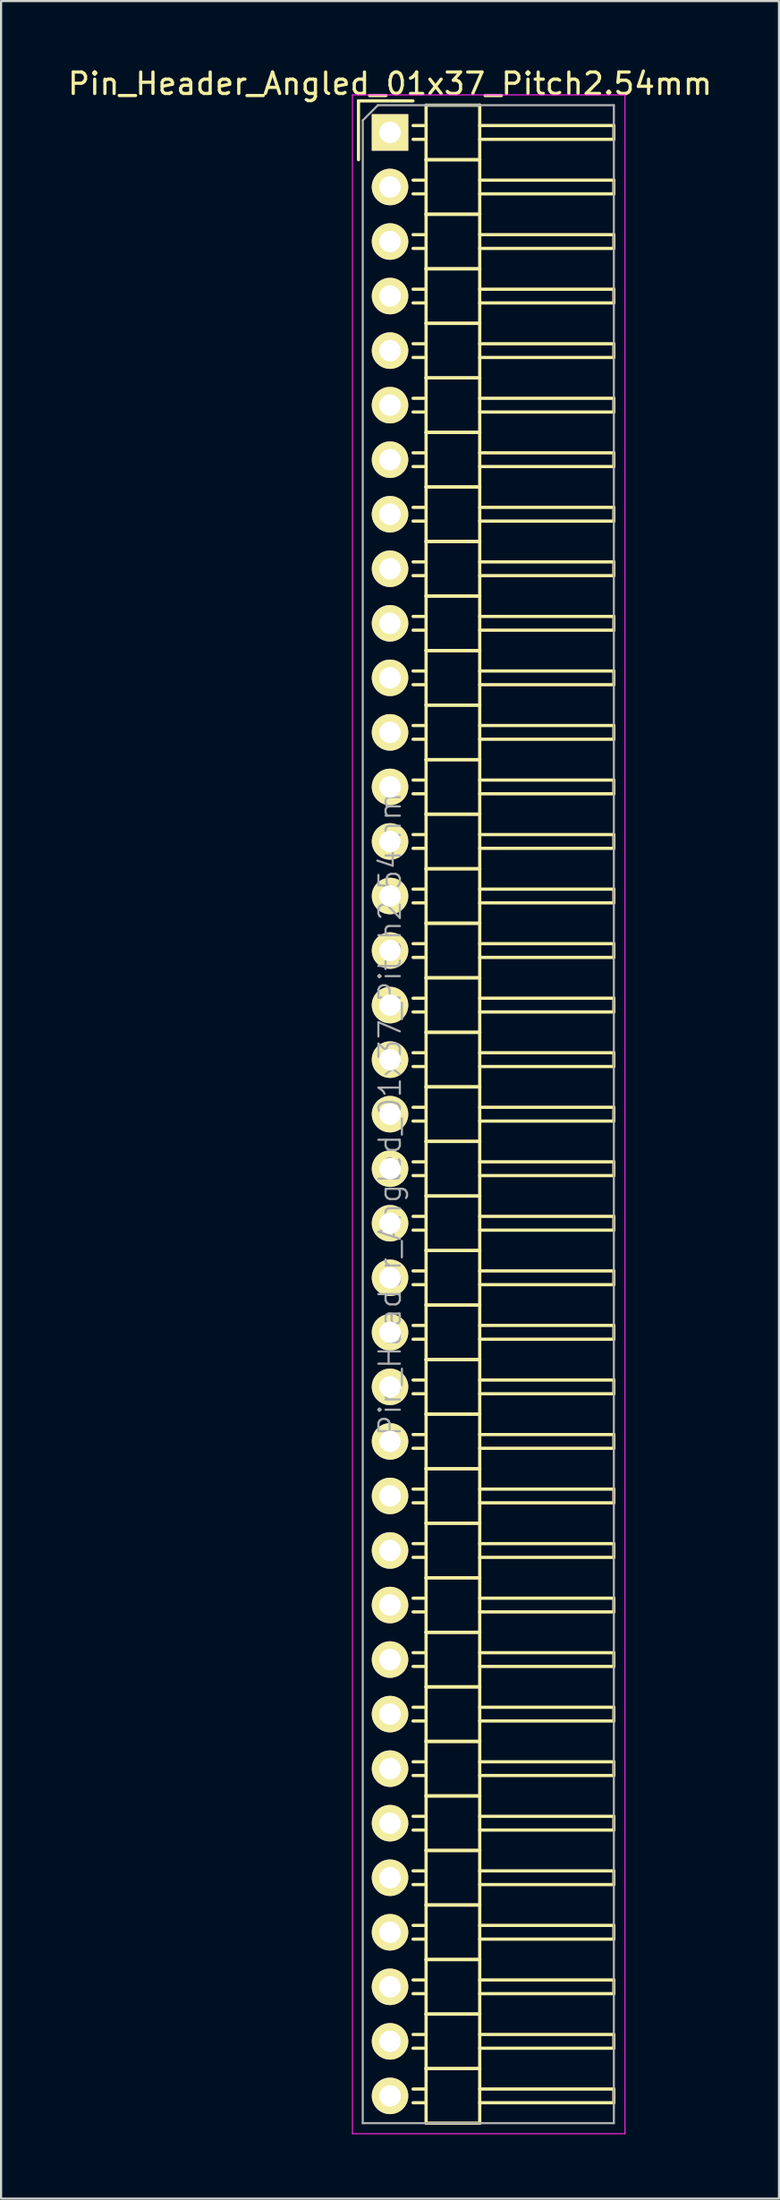
<source format=kicad_pcb>
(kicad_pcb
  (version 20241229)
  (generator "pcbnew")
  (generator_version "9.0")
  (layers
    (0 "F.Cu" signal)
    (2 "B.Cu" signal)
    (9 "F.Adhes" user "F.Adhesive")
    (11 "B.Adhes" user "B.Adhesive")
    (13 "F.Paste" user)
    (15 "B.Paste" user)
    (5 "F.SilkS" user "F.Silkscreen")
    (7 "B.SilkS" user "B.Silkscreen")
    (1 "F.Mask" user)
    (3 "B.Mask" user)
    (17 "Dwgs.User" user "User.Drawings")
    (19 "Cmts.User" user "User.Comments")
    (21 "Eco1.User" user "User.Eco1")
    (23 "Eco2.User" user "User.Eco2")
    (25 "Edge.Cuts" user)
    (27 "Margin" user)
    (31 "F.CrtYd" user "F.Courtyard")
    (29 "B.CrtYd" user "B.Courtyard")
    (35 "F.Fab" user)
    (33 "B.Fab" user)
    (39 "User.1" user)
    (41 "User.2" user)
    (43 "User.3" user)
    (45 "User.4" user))
  (footprint "Pin_Header_Angled_01x37_Pitch2.54mm"
    (layer "F.Cu")
    (at 15.125 3.118)
    (property "Reference" "Pin_Header_Angled_01x37_Pitch2.54mm" (at 0 -2.27 0) (layer "F.SilkS") (effects (font (size 1 1) (thickness 0.15))))
    (attr smd)
    (fp_line (start -1.47 -1.47) (end -1.47 1.27) (stroke (width 0.15) (type solid)) (layer "F.SilkS"))
    (fp_line (start -1.47 -1.47) (end 1.07 -1.47) (stroke (width 0.15) (type solid)) (layer "F.SilkS"))
    (fp_line (start 1.68 -0.32) (end 1.075 -0.32) (stroke (width 0.15) (type solid)) (layer "F.SilkS"))
    (fp_line (start 1.68 0.32) (end 1.075 0.32) (stroke (width 0.15) (type solid)) (layer "F.SilkS"))
    (fp_line (start 1.68 1.27) (end 1.68 -1.27) (stroke (width 0.15) (type solid)) (layer "F.SilkS"))
    (fp_line (start 1.68 2.22) (end 1.075 2.22) (stroke (width 0.15) (type solid)) (layer "F.SilkS"))
    (fp_line (start 1.68 2.86) (end 1.075 2.86) (stroke (width 0.15) (type solid)) (layer "F.SilkS"))
    (fp_line (start 1.68 3.81) (end 1.68 1.27) (stroke (width 0.15) (type solid)) (layer "F.SilkS"))
    (fp_line (start 1.68 4.76) (end 1.075 4.76) (stroke (width 0.15) (type solid)) (layer "F.SilkS"))
    (fp_line (start 1.68 5.4) (end 1.075 5.4) (stroke (width 0.15) (type solid)) (layer "F.SilkS"))
    (fp_line (start 1.68 6.35) (end 1.68 3.81) (stroke (width 0.15) (type solid)) (layer "F.SilkS"))
    (fp_line (start 1.68 7.3) (end 1.075 7.3) (stroke (width 0.15) (type solid)) (layer "F.SilkS"))
    (fp_line (start 1.68 7.94) (end 1.075 7.94) (stroke (width 0.15) (type solid)) (layer "F.SilkS"))
    (fp_line (start 1.68 8.89) (end 1.68 6.35) (stroke (width 0.15) (type solid)) (layer "F.SilkS"))
    (fp_line (start 1.68 9.84) (end 1.075 9.84) (stroke (width 0.15) (type solid)) (layer "F.SilkS"))
    (fp_line (start 1.68 10.48) (end 1.075 10.48) (stroke (width 0.15) (type solid)) (layer "F.SilkS"))
    (fp_line (start 1.68 11.43) (end 1.68 8.89) (stroke (width 0.15) (type solid)) (layer "F.SilkS"))
    (fp_line (start 1.68 12.38) (end 1.075 12.38) (stroke (width 0.15) (type solid)) (layer "F.SilkS"))
    (fp_line (start 1.68 13.02) (end 1.075 13.02) (stroke (width 0.15) (type solid)) (layer "F.SilkS"))
    (fp_line (start 1.68 13.97) (end 1.68 11.43) (stroke (width 0.15) (type solid)) (layer "F.SilkS"))
    (fp_line (start 1.68 14.92) (end 1.075 14.92) (stroke (width 0.15) (type solid)) (layer "F.SilkS"))
    (fp_line (start 1.68 15.56) (end 1.075 15.56) (stroke (width 0.15) (type solid)) (layer "F.SilkS"))
    (fp_line (start 1.68 16.51) (end 1.68 13.97) (stroke (width 0.15) (type solid)) (layer "F.SilkS"))
    (fp_line (start 1.68 17.46) (end 1.075 17.46) (stroke (width 0.15) (type solid)) (layer "F.SilkS"))
    (fp_line (start 1.68 18.1) (end 1.075 18.1) (stroke (width 0.15) (type solid)) (layer "F.SilkS"))
    (fp_line (start 1.68 19.05) (end 1.68 16.51) (stroke (width 0.15) (type solid)) (layer "F.SilkS"))
    (fp_line (start 1.68 20) (end 1.075 20) (stroke (width 0.15) (type solid)) (layer "F.SilkS"))
    (fp_line (start 1.68 20.64) (end 1.075 20.64) (stroke (width 0.15) (type solid)) (layer "F.SilkS"))
    (fp_line (start 1.68 21.59) (end 1.68 19.05) (stroke (width 0.15) (type solid)) (layer "F.SilkS"))
    (fp_line (start 1.68 22.54) (end 1.075 22.54) (stroke (width 0.15) (type solid)) (layer "F.SilkS"))
    (fp_line (start 1.68 23.18) (end 1.075 23.18) (stroke (width 0.15) (type solid)) (layer "F.SilkS"))
    (fp_line (start 1.68 24.13) (end 1.68 21.59) (stroke (width 0.15) (type solid)) (layer "F.SilkS"))
    (fp_line (start 1.68 25.08) (end 1.075 25.08) (stroke (width 0.15) (type solid)) (layer "F.SilkS"))
    (fp_line (start 1.68 25.72) (end 1.075 25.72) (stroke (width 0.15) (type solid)) (layer "F.SilkS"))
    (fp_line (start 1.68 26.67) (end 1.68 24.13) (stroke (width 0.15) (type solid)) (layer "F.SilkS"))
    (fp_line (start 1.68 27.62) (end 1.075 27.62) (stroke (width 0.15) (type solid)) (layer "F.SilkS"))
    (fp_line (start 1.68 28.26) (end 1.075 28.26) (stroke (width 0.15) (type solid)) (layer "F.SilkS"))
    (fp_line (start 1.68 29.21) (end 1.68 26.67) (stroke (width 0.15) (type solid)) (layer "F.SilkS"))
    (fp_line (start 1.68 30.16) (end 1.075 30.16) (stroke (width 0.15) (type solid)) (layer "F.SilkS"))
    (fp_line (start 1.68 30.8) (end 1.075 30.8) (stroke (width 0.15) (type solid)) (layer "F.SilkS"))
    (fp_line (start 1.68 31.75) (end 1.68 29.21) (stroke (width 0.15) (type solid)) (layer "F.SilkS"))
    (fp_line (start 1.68 32.7) (end 1.075 32.7) (stroke (width 0.15) (type solid)) (layer "F.SilkS"))
    (fp_line (start 1.68 33.34) (end 1.075 33.34) (stroke (width 0.15) (type solid)) (layer "F.SilkS"))
    (fp_line (start 1.68 34.29) (end 1.68 31.75) (stroke (width 0.15) (type solid)) (layer "F.SilkS"))
    (fp_line (start 1.68 35.24) (end 1.075 35.24) (stroke (width 0.15) (type solid)) (layer "F.SilkS"))
    (fp_line (start 1.68 35.88) (end 1.075 35.88) (stroke (width 0.15) (type solid)) (layer "F.SilkS"))
    (fp_line (start 1.68 36.83) (end 1.68 34.29) (stroke (width 0.15) (type solid)) (layer "F.SilkS"))
    (fp_line (start 1.68 37.78) (end 1.075 37.78) (stroke (width 0.15) (type solid)) (layer "F.SilkS"))
    (fp_line (start 1.68 38.42) (end 1.075 38.42) (stroke (width 0.15) (type solid)) (layer "F.SilkS"))
    (fp_line (start 1.68 39.37) (end 1.68 36.83) (stroke (width 0.15) (type solid)) (layer "F.SilkS"))
    (fp_line (start 1.68 40.32) (end 1.075 40.32) (stroke (width 0.15) (type solid)) (layer "F.SilkS"))
    (fp_line (start 1.68 40.96) (end 1.075 40.96) (stroke (width 0.15) (type solid)) (layer "F.SilkS"))
    (fp_line (start 1.68 41.91) (end 1.68 39.37) (stroke (width 0.15) (type solid)) (layer "F.SilkS"))
    (fp_line (start 1.68 42.86) (end 1.075 42.86) (stroke (width 0.15) (type solid)) (layer "F.SilkS"))
    (fp_line (start 1.68 43.5) (end 1.075 43.5) (stroke (width 0.15) (type solid)) (layer "F.SilkS"))
    (fp_line (start 1.68 44.45) (end 1.68 41.91) (stroke (width 0.15) (type solid)) (layer "F.SilkS"))
    (fp_line (start 1.68 45.4) (end 1.075 45.4) (stroke (width 0.15) (type solid)) (layer "F.SilkS"))
    (fp_line (start 1.68 46.04) (end 1.075 46.04) (stroke (width 0.15) (type solid)) (layer "F.SilkS"))
    (fp_line (start 1.68 46.99) (end 1.68 44.45) (stroke (width 0.15) (type solid)) (layer "F.SilkS"))
    (fp_line (start 1.68 47.94) (end 1.075 47.94) (stroke (width 0.15) (type solid)) (layer "F.SilkS"))
    (fp_line (start 1.68 48.58) (end 1.075 48.58) (stroke (width 0.15) (type solid)) (layer "F.SilkS"))
    (fp_line (start 1.68 49.53) (end 1.68 46.99) (stroke (width 0.15) (type solid)) (layer "F.SilkS"))
    (fp_line (start 1.68 50.48) (end 1.075 50.48) (stroke (width 0.15) (type solid)) (layer "F.SilkS"))
    (fp_line (start 1.68 51.12) (end 1.075 51.12) (stroke (width 0.15) (type solid)) (layer "F.SilkS"))
    (fp_line (start 1.68 52.07) (end 1.68 49.53) (stroke (width 0.15) (type solid)) (layer "F.SilkS"))
    (fp_line (start 1.68 53.02) (end 1.075 53.02) (stroke (width 0.15) (type solid)) (layer "F.SilkS"))
    (fp_line (start 1.68 53.66) (end 1.075 53.66) (stroke (width 0.15) (type solid)) (layer "F.SilkS"))
    (fp_line (start 1.68 54.61) (end 1.68 52.07) (stroke (width 0.15) (type solid)) (layer "F.SilkS"))
    (fp_line (start 1.68 55.56) (end 1.075 55.56) (stroke (width 0.15) (type solid)) (layer "F.SilkS"))
    (fp_line (start 1.68 56.2) (end 1.075 56.2) (stroke (width 0.15) (type solid)) (layer "F.SilkS"))
    (fp_line (start 1.68 57.15) (end 1.68 54.61) (stroke (width 0.15) (type solid)) (layer "F.SilkS"))
    (fp_line (start 1.68 58.1) (end 1.075 58.1) (stroke (width 0.15) (type solid)) (layer "F.SilkS"))
    (fp_line (start 1.68 58.74) (end 1.075 58.74) (stroke (width 0.15) (type solid)) (layer "F.SilkS"))
    (fp_line (start 1.68 59.69) (end 1.68 57.15) (stroke (width 0.15) (type solid)) (layer "F.SilkS"))
    (fp_line (start 1.68 60.64) (end 1.075 60.64) (stroke (width 0.15) (type solid)) (layer "F.SilkS"))
    (fp_line (start 1.68 61.28) (end 1.075 61.28) (stroke (width 0.15) (type solid)) (layer "F.SilkS"))
    (fp_line (start 1.68 62.23) (end 1.68 59.69) (stroke (width 0.15) (type solid)) (layer "F.SilkS"))
    (fp_line (start 1.68 63.18) (end 1.075 63.18) (stroke (width 0.15) (type solid)) (layer "F.SilkS"))
    (fp_line (start 1.68 63.82) (end 1.075 63.82) (stroke (width 0.15) (type solid)) (layer "F.SilkS"))
    (fp_line (start 1.68 64.77) (end 1.68 62.23) (stroke (width 0.15) (type solid)) (layer "F.SilkS"))
    (fp_line (start 1.68 65.72) (end 1.075 65.72) (stroke (width 0.15) (type solid)) (layer "F.SilkS"))
    (fp_line (start 1.68 66.36) (end 1.075 66.36) (stroke (width 0.15) (type solid)) (layer "F.SilkS"))
    (fp_line (start 1.68 67.31) (end 1.68 64.77) (stroke (width 0.15) (type solid)) (layer "F.SilkS"))
    (fp_line (start 1.68 68.26) (end 1.075 68.26) (stroke (width 0.15) (type solid)) (layer "F.SilkS"))
    (fp_line (start 1.68 68.9) (end 1.075 68.9) (stroke (width 0.15) (type solid)) (layer "F.SilkS"))
    (fp_line (start 1.68 69.85) (end 1.68 67.31) (stroke (width 0.15) (type solid)) (layer "F.SilkS"))
    (fp_line (start 1.68 70.8) (end 1.075 70.8) (stroke (width 0.15) (type solid)) (layer "F.SilkS"))
    (fp_line (start 1.68 71.44) (end 1.075 71.44) (stroke (width 0.15) (type solid)) (layer "F.SilkS"))
    (fp_line (start 1.68 72.39) (end 1.68 69.85) (stroke (width 0.15) (type solid)) (layer "F.SilkS"))
    (fp_line (start 1.68 73.34) (end 1.075 73.34) (stroke (width 0.15) (type solid)) (layer "F.SilkS"))
    (fp_line (start 1.68 73.98) (end 1.075 73.98) (stroke (width 0.15) (type solid)) (layer "F.SilkS"))
    (fp_line (start 1.68 74.93) (end 1.68 72.39) (stroke (width 0.15) (type solid)) (layer "F.SilkS"))
    (fp_line (start 1.68 75.88) (end 1.075 75.88) (stroke (width 0.15) (type solid)) (layer "F.SilkS"))
    (fp_line (start 1.68 76.52) (end 1.075 76.52) (stroke (width 0.15) (type solid)) (layer "F.SilkS"))
    (fp_line (start 1.68 77.47) (end 1.68 74.93) (stroke (width 0.15) (type solid)) (layer "F.SilkS"))
    (fp_line (start 1.68 78.42) (end 1.075 78.42) (stroke (width 0.15) (type solid)) (layer "F.SilkS"))
    (fp_line (start 1.68 79.06) (end 1.075 79.06) (stroke (width 0.15) (type solid)) (layer "F.SilkS"))
    (fp_line (start 1.68 80.01) (end 1.68 77.47) (stroke (width 0.15) (type solid)) (layer "F.SilkS"))
    (fp_line (start 1.68 80.96) (end 1.075 80.96) (stroke (width 0.15) (type solid)) (layer "F.SilkS"))
    (fp_line (start 1.68 81.6) (end 1.075 81.6) (stroke (width 0.15) (type solid)) (layer "F.SilkS"))
    (fp_line (start 1.68 82.55) (end 1.68 80.01) (stroke (width 0.15) (type solid)) (layer "F.SilkS"))
    (fp_line (start 1.68 83.5) (end 1.075 83.5) (stroke (width 0.15) (type solid)) (layer "F.SilkS"))
    (fp_line (start 1.68 84.14) (end 1.075 84.14) (stroke (width 0.15) (type solid)) (layer "F.SilkS"))
    (fp_line (start 1.68 85.09) (end 1.68 82.55) (stroke (width 0.15) (type solid)) (layer "F.SilkS"))
    (fp_line (start 1.68 86.04) (end 1.075 86.04) (stroke (width 0.15) (type solid)) (layer "F.SilkS"))
    (fp_line (start 1.68 86.68) (end 1.075 86.68) (stroke (width 0.15) (type solid)) (layer "F.SilkS"))
    (fp_line (start 1.68 87.63) (end 1.68 85.09) (stroke (width 0.15) (type solid)) (layer "F.SilkS"))
    (fp_line (start 1.68 88.58) (end 1.075 88.58) (stroke (width 0.15) (type solid)) (layer "F.SilkS"))
    (fp_line (start 1.68 89.22) (end 1.075 89.22) (stroke (width 0.15) (type solid)) (layer "F.SilkS"))
    (fp_line (start 1.68 90.17) (end 1.68 87.63) (stroke (width 0.15) (type solid)) (layer "F.SilkS"))
    (fp_line (start 1.68 91.12) (end 1.075 91.12) (stroke (width 0.15) (type solid)) (layer "F.SilkS"))
    (fp_line (start 1.68 91.76) (end 1.075 91.76) (stroke (width 0.15) (type solid)) (layer "F.SilkS"))
    (fp_line (start 1.68 92.71) (end 1.68 90.17) (stroke (width 0.15) (type solid)) (layer "F.SilkS"))
    (fp_line (start 4.18 -1.27) (end 1.68 -1.27) (stroke (width 0.15) (type solid)) (layer "F.SilkS"))
    (fp_line (start 4.18 -0.32) (end 10.43 -0.32) (stroke (width 0.15) (type solid)) (layer "F.SilkS"))
    (fp_line (start 4.18 0.32) (end 10.43 0.32) (stroke (width 0.15) (type solid)) (layer "F.SilkS"))
    (fp_line (start 4.18 1.27) (end 1.68 1.27) (stroke (width 0.15) (type solid)) (layer "F.SilkS"))
    (fp_line (start 4.18 1.27) (end 1.68 1.27) (stroke (width 0.15) (type solid)) (layer "F.SilkS"))
    (fp_line (start 4.18 1.27) (end 4.18 -1.27) (stroke (width 0.15) (type solid)) (layer "F.SilkS"))
    (fp_line (start 4.18 2.22) (end 10.43 2.22) (stroke (width 0.15) (type solid)) (layer "F.SilkS"))
    (fp_line (start 4.18 2.86) (end 10.43 2.86) (stroke (width 0.15) (type solid)) (layer "F.SilkS"))
    (fp_line (start 4.18 3.81) (end 1.68 3.81) (stroke (width 0.15) (type solid)) (layer "F.SilkS"))
    (fp_line (start 4.18 3.81) (end 1.68 3.81) (stroke (width 0.15) (type solid)) (layer "F.SilkS"))
    (fp_line (start 4.18 3.81) (end 4.18 1.27) (stroke (width 0.15) (type solid)) (layer "F.SilkS"))
    (fp_line (start 4.18 4.76) (end 10.43 4.76) (stroke (width 0.15) (type solid)) (layer "F.SilkS"))
    (fp_line (start 4.18 5.4) (end 10.43 5.4) (stroke (width 0.15) (type solid)) (layer "F.SilkS"))
    (fp_line (start 4.18 6.35) (end 1.68 6.35) (stroke (width 0.15) (type solid)) (layer "F.SilkS"))
    (fp_line (start 4.18 6.35) (end 1.68 6.35) (stroke (width 0.15) (type solid)) (layer "F.SilkS"))
    (fp_line (start 4.18 6.35) (end 4.18 3.81) (stroke (width 0.15) (type solid)) (layer "F.SilkS"))
    (fp_line (start 4.18 7.3) (end 10.43 7.3) (stroke (width 0.15) (type solid)) (layer "F.SilkS"))
    (fp_line (start 4.18 7.94) (end 10.43 7.94) (stroke (width 0.15) (type solid)) (layer "F.SilkS"))
    (fp_line (start 4.18 8.89) (end 1.68 8.89) (stroke (width 0.15) (type solid)) (layer "F.SilkS"))
    (fp_line (start 4.18 8.89) (end 1.68 8.89) (stroke (width 0.15) (type solid)) (layer "F.SilkS"))
    (fp_line (start 4.18 8.89) (end 4.18 6.35) (stroke (width 0.15) (type solid)) (layer "F.SilkS"))
    (fp_line (start 4.18 9.84) (end 10.43 9.84) (stroke (width 0.15) (type solid)) (layer "F.SilkS"))
    (fp_line (start 4.18 10.48) (end 10.43 10.48) (stroke (width 0.15) (type solid)) (layer "F.SilkS"))
    (fp_line (start 4.18 11.43) (end 1.68 11.43) (stroke (width 0.15) (type solid)) (layer "F.SilkS"))
    (fp_line (start 4.18 11.43) (end 1.68 11.43) (stroke (width 0.15) (type solid)) (layer "F.SilkS"))
    (fp_line (start 4.18 11.43) (end 4.18 8.89) (stroke (width 0.15) (type solid)) (layer "F.SilkS"))
    (fp_line (start 4.18 12.38) (end 10.43 12.38) (stroke (width 0.15) (type solid)) (layer "F.SilkS"))
    (fp_line (start 4.18 13.02) (end 10.43 13.02) (stroke (width 0.15) (type solid)) (layer "F.SilkS"))
    (fp_line (start 4.18 13.97) (end 1.68 13.97) (stroke (width 0.15) (type solid)) (layer "F.SilkS"))
    (fp_line (start 4.18 13.97) (end 1.68 13.97) (stroke (width 0.15) (type solid)) (layer "F.SilkS"))
    (fp_line (start 4.18 13.97) (end 4.18 11.43) (stroke (width 0.15) (type solid)) (layer "F.SilkS"))
    (fp_line (start 4.18 14.92) (end 10.43 14.92) (stroke (width 0.15) (type solid)) (layer "F.SilkS"))
    (fp_line (start 4.18 15.56) (end 10.43 15.56) (stroke (width 0.15) (type solid)) (layer "F.SilkS"))
    (fp_line (start 4.18 16.51) (end 1.68 16.51) (stroke (width 0.15) (type solid)) (layer "F.SilkS"))
    (fp_line (start 4.18 16.51) (end 1.68 16.51) (stroke (width 0.15) (type solid)) (layer "F.SilkS"))
    (fp_line (start 4.18 16.51) (end 4.18 13.97) (stroke (width 0.15) (type solid)) (layer "F.SilkS"))
    (fp_line (start 4.18 17.46) (end 10.43 17.46) (stroke (width 0.15) (type solid)) (layer "F.SilkS"))
    (fp_line (start 4.18 18.1) (end 10.43 18.1) (stroke (width 0.15) (type solid)) (layer "F.SilkS"))
    (fp_line (start 4.18 19.05) (end 1.68 19.05) (stroke (width 0.15) (type solid)) (layer "F.SilkS"))
    (fp_line (start 4.18 19.05) (end 1.68 19.05) (stroke (width 0.15) (type solid)) (layer "F.SilkS"))
    (fp_line (start 4.18 19.05) (end 4.18 16.51) (stroke (width 0.15) (type solid)) (layer "F.SilkS"))
    (fp_line (start 4.18 20) (end 10.43 20) (stroke (width 0.15) (type solid)) (layer "F.SilkS"))
    (fp_line (start 4.18 20.64) (end 10.43 20.64) (stroke (width 0.15) (type solid)) (layer "F.SilkS"))
    (fp_line (start 4.18 21.59) (end 1.68 21.59) (stroke (width 0.15) (type solid)) (layer "F.SilkS"))
    (fp_line (start 4.18 21.59) (end 1.68 21.59) (stroke (width 0.15) (type solid)) (layer "F.SilkS"))
    (fp_line (start 4.18 21.59) (end 4.18 19.05) (stroke (width 0.15) (type solid)) (layer "F.SilkS"))
    (fp_line (start 4.18 22.54) (end 10.43 22.54) (stroke (width 0.15) (type solid)) (layer "F.SilkS"))
    (fp_line (start 4.18 23.18) (end 10.43 23.18) (stroke (width 0.15) (type solid)) (layer "F.SilkS"))
    (fp_line (start 4.18 24.13) (end 1.68 24.13) (stroke (width 0.15) (type solid)) (layer "F.SilkS"))
    (fp_line (start 4.18 24.13) (end 1.68 24.13) (stroke (width 0.15) (type solid)) (layer "F.SilkS"))
    (fp_line (start 4.18 24.13) (end 4.18 21.59) (stroke (width 0.15) (type solid)) (layer "F.SilkS"))
    (fp_line (start 4.18 25.08) (end 10.43 25.08) (stroke (width 0.15) (type solid)) (layer "F.SilkS"))
    (fp_line (start 4.18 25.72) (end 10.43 25.72) (stroke (width 0.15) (type solid)) (layer "F.SilkS"))
    (fp_line (start 4.18 26.67) (end 1.68 26.67) (stroke (width 0.15) (type solid)) (layer "F.SilkS"))
    (fp_line (start 4.18 26.67) (end 1.68 26.67) (stroke (width 0.15) (type solid)) (layer "F.SilkS"))
    (fp_line (start 4.18 26.67) (end 4.18 24.13) (stroke (width 0.15) (type solid)) (layer "F.SilkS"))
    (fp_line (start 4.18 27.62) (end 10.43 27.62) (stroke (width 0.15) (type solid)) (layer "F.SilkS"))
    (fp_line (start 4.18 28.26) (end 10.43 28.26) (stroke (width 0.15) (type solid)) (layer "F.SilkS"))
    (fp_line (start 4.18 29.21) (end 1.68 29.21) (stroke (width 0.15) (type solid)) (layer "F.SilkS"))
    (fp_line (start 4.18 29.21) (end 1.68 29.21) (stroke (width 0.15) (type solid)) (layer "F.SilkS"))
    (fp_line (start 4.18 29.21) (end 4.18 26.67) (stroke (width 0.15) (type solid)) (layer "F.SilkS"))
    (fp_line (start 4.18 30.16) (end 10.43 30.16) (stroke (width 0.15) (type solid)) (layer "F.SilkS"))
    (fp_line (start 4.18 30.8) (end 10.43 30.8) (stroke (width 0.15) (type solid)) (layer "F.SilkS"))
    (fp_line (start 4.18 31.75) (end 1.68 31.75) (stroke (width 0.15) (type solid)) (layer "F.SilkS"))
    (fp_line (start 4.18 31.75) (end 1.68 31.75) (stroke (width 0.15) (type solid)) (layer "F.SilkS"))
    (fp_line (start 4.18 31.75) (end 4.18 29.21) (stroke (width 0.15) (type solid)) (layer "F.SilkS"))
    (fp_line (start 4.18 32.7) (end 10.43 32.7) (stroke (width 0.15) (type solid)) (layer "F.SilkS"))
    (fp_line (start 4.18 33.34) (end 10.43 33.34) (stroke (width 0.15) (type solid)) (layer "F.SilkS"))
    (fp_line (start 4.18 34.29) (end 1.68 34.29) (stroke (width 0.15) (type solid)) (layer "F.SilkS"))
    (fp_line (start 4.18 34.29) (end 1.68 34.29) (stroke (width 0.15) (type solid)) (layer "F.SilkS"))
    (fp_line (start 4.18 34.29) (end 4.18 31.75) (stroke (width 0.15) (type solid)) (layer "F.SilkS"))
    (fp_line (start 4.18 35.24) (end 10.43 35.24) (stroke (width 0.15) (type solid)) (layer "F.SilkS"))
    (fp_line (start 4.18 35.88) (end 10.43 35.88) (stroke (width 0.15) (type solid)) (layer "F.SilkS"))
    (fp_line (start 4.18 36.83) (end 1.68 36.83) (stroke (width 0.15) (type solid)) (layer "F.SilkS"))
    (fp_line (start 4.18 36.83) (end 1.68 36.83) (stroke (width 0.15) (type solid)) (layer "F.SilkS"))
    (fp_line (start 4.18 36.83) (end 4.18 34.29) (stroke (width 0.15) (type solid)) (layer "F.SilkS"))
    (fp_line (start 4.18 37.78) (end 10.43 37.78) (stroke (width 0.15) (type solid)) (layer "F.SilkS"))
    (fp_line (start 4.18 38.42) (end 10.43 38.42) (stroke (width 0.15) (type solid)) (layer "F.SilkS"))
    (fp_line (start 4.18 39.37) (end 1.68 39.37) (stroke (width 0.15) (type solid)) (layer "F.SilkS"))
    (fp_line (start 4.18 39.37) (end 1.68 39.37) (stroke (width 0.15) (type solid)) (layer "F.SilkS"))
    (fp_line (start 4.18 39.37) (end 4.18 36.83) (stroke (width 0.15) (type solid)) (layer "F.SilkS"))
    (fp_line (start 4.18 40.32) (end 10.43 40.32) (stroke (width 0.15) (type solid)) (layer "F.SilkS"))
    (fp_line (start 4.18 40.96) (end 10.43 40.96) (stroke (width 0.15) (type solid)) (layer "F.SilkS"))
    (fp_line (start 4.18 41.91) (end 1.68 41.91) (stroke (width 0.15) (type solid)) (layer "F.SilkS"))
    (fp_line (start 4.18 41.91) (end 1.68 41.91) (stroke (width 0.15) (type solid)) (layer "F.SilkS"))
    (fp_line (start 4.18 41.91) (end 4.18 39.37) (stroke (width 0.15) (type solid)) (layer "F.SilkS"))
    (fp_line (start 4.18 42.86) (end 10.43 42.86) (stroke (width 0.15) (type solid)) (layer "F.SilkS"))
    (fp_line (start 4.18 43.5) (end 10.43 43.5) (stroke (width 0.15) (type solid)) (layer "F.SilkS"))
    (fp_line (start 4.18 44.45) (end 1.68 44.45) (stroke (width 0.15) (type solid)) (layer "F.SilkS"))
    (fp_line (start 4.18 44.45) (end 1.68 44.45) (stroke (width 0.15) (type solid)) (layer "F.SilkS"))
    (fp_line (start 4.18 44.45) (end 4.18 41.91) (stroke (width 0.15) (type solid)) (layer "F.SilkS"))
    (fp_line (start 4.18 45.4) (end 10.43 45.4) (stroke (width 0.15) (type solid)) (layer "F.SilkS"))
    (fp_line (start 4.18 46.04) (end 10.43 46.04) (stroke (width 0.15) (type solid)) (layer "F.SilkS"))
    (fp_line (start 4.18 46.99) (end 1.68 46.99) (stroke (width 0.15) (type solid)) (layer "F.SilkS"))
    (fp_line (start 4.18 46.99) (end 1.68 46.99) (stroke (width 0.15) (type solid)) (layer "F.SilkS"))
    (fp_line (start 4.18 46.99) (end 4.18 44.45) (stroke (width 0.15) (type solid)) (layer "F.SilkS"))
    (fp_line (start 4.18 47.94) (end 10.43 47.94) (stroke (width 0.15) (type solid)) (layer "F.SilkS"))
    (fp_line (start 4.18 48.58) (end 10.43 48.58) (stroke (width 0.15) (type solid)) (layer "F.SilkS"))
    (fp_line (start 4.18 49.53) (end 1.68 49.53) (stroke (width 0.15) (type solid)) (layer "F.SilkS"))
    (fp_line (start 4.18 49.53) (end 1.68 49.53) (stroke (width 0.15) (type solid)) (layer "F.SilkS"))
    (fp_line (start 4.18 49.53) (end 4.18 46.99) (stroke (width 0.15) (type solid)) (layer "F.SilkS"))
    (fp_line (start 4.18 50.48) (end 10.43 50.48) (stroke (width 0.15) (type solid)) (layer "F.SilkS"))
    (fp_line (start 4.18 51.12) (end 10.43 51.12) (stroke (width 0.15) (type solid)) (layer "F.SilkS"))
    (fp_line (start 4.18 52.07) (end 1.68 52.07) (stroke (width 0.15) (type solid)) (layer "F.SilkS"))
    (fp_line (start 4.18 52.07) (end 1.68 52.07) (stroke (width 0.15) (type solid)) (layer "F.SilkS"))
    (fp_line (start 4.18 52.07) (end 4.18 49.53) (stroke (width 0.15) (type solid)) (layer "F.SilkS"))
    (fp_line (start 4.18 53.02) (end 10.43 53.02) (stroke (width 0.15) (type solid)) (layer "F.SilkS"))
    (fp_line (start 4.18 53.66) (end 10.43 53.66) (stroke (width 0.15) (type solid)) (layer "F.SilkS"))
    (fp_line (start 4.18 54.61) (end 1.68 54.61) (stroke (width 0.15) (type solid)) (layer "F.SilkS"))
    (fp_line (start 4.18 54.61) (end 1.68 54.61) (stroke (width 0.15) (type solid)) (layer "F.SilkS"))
    (fp_line (start 4.18 54.61) (end 4.18 52.07) (stroke (width 0.15) (type solid)) (layer "F.SilkS"))
    (fp_line (start 4.18 55.56) (end 10.43 55.56) (stroke (width 0.15) (type solid)) (layer "F.SilkS"))
    (fp_line (start 4.18 56.2) (end 10.43 56.2) (stroke (width 0.15) (type solid)) (layer "F.SilkS"))
    (fp_line (start 4.18 57.15) (end 1.68 57.15) (stroke (width 0.15) (type solid)) (layer "F.SilkS"))
    (fp_line (start 4.18 57.15) (end 1.68 57.15) (stroke (width 0.15) (type solid)) (layer "F.SilkS"))
    (fp_line (start 4.18 57.15) (end 4.18 54.61) (stroke (width 0.15) (type solid)) (layer "F.SilkS"))
    (fp_line (start 4.18 58.1) (end 10.43 58.1) (stroke (width 0.15) (type solid)) (layer "F.SilkS"))
    (fp_line (start 4.18 58.74) (end 10.43 58.74) (stroke (width 0.15) (type solid)) (layer "F.SilkS"))
    (fp_line (start 4.18 59.69) (end 1.68 59.69) (stroke (width 0.15) (type solid)) (layer "F.SilkS"))
    (fp_line (start 4.18 59.69) (end 1.68 59.69) (stroke (width 0.15) (type solid)) (layer "F.SilkS"))
    (fp_line (start 4.18 59.69) (end 4.18 57.15) (stroke (width 0.15) (type solid)) (layer "F.SilkS"))
    (fp_line (start 4.18 60.64) (end 10.43 60.64) (stroke (width 0.15) (type solid)) (layer "F.SilkS"))
    (fp_line (start 4.18 61.28) (end 10.43 61.28) (stroke (width 0.15) (type solid)) (layer "F.SilkS"))
    (fp_line (start 4.18 62.23) (end 1.68 62.23) (stroke (width 0.15) (type solid)) (layer "F.SilkS"))
    (fp_line (start 4.18 62.23) (end 1.68 62.23) (stroke (width 0.15) (type solid)) (layer "F.SilkS"))
    (fp_line (start 4.18 62.23) (end 4.18 59.69) (stroke (width 0.15) (type solid)) (layer "F.SilkS"))
    (fp_line (start 4.18 63.18) (end 10.43 63.18) (stroke (width 0.15) (type solid)) (layer "F.SilkS"))
    (fp_line (start 4.18 63.82) (end 10.43 63.82) (stroke (width 0.15) (type solid)) (layer "F.SilkS"))
    (fp_line (start 4.18 64.77) (end 1.68 64.77) (stroke (width 0.15) (type solid)) (layer "F.SilkS"))
    (fp_line (start 4.18 64.77) (end 1.68 64.77) (stroke (width 0.15) (type solid)) (layer "F.SilkS"))
    (fp_line (start 4.18 64.77) (end 4.18 62.23) (stroke (width 0.15) (type solid)) (layer "F.SilkS"))
    (fp_line (start 4.18 65.72) (end 10.43 65.72) (stroke (width 0.15) (type solid)) (layer "F.SilkS"))
    (fp_line (start 4.18 66.36) (end 10.43 66.36) (stroke (width 0.15) (type solid)) (layer "F.SilkS"))
    (fp_line (start 4.18 67.31) (end 1.68 67.31) (stroke (width 0.15) (type solid)) (layer "F.SilkS"))
    (fp_line (start 4.18 67.31) (end 1.68 67.31) (stroke (width 0.15) (type solid)) (layer "F.SilkS"))
    (fp_line (start 4.18 67.31) (end 4.18 64.77) (stroke (width 0.15) (type solid)) (layer "F.SilkS"))
    (fp_line (start 4.18 68.26) (end 10.43 68.26) (stroke (width 0.15) (type solid)) (layer "F.SilkS"))
    (fp_line (start 4.18 68.9) (end 10.43 68.9) (stroke (width 0.15) (type solid)) (layer "F.SilkS"))
    (fp_line (start 4.18 69.85) (end 1.68 69.85) (stroke (width 0.15) (type solid)) (layer "F.SilkS"))
    (fp_line (start 4.18 69.85) (end 1.68 69.85) (stroke (width 0.15) (type solid)) (layer "F.SilkS"))
    (fp_line (start 4.18 69.85) (end 4.18 67.31) (stroke (width 0.15) (type solid)) (layer "F.SilkS"))
    (fp_line (start 4.18 70.8) (end 10.43 70.8) (stroke (width 0.15) (type solid)) (layer "F.SilkS"))
    (fp_line (start 4.18 71.44) (end 10.43 71.44) (stroke (width 0.15) (type solid)) (layer "F.SilkS"))
    (fp_line (start 4.18 72.39) (end 1.68 72.39) (stroke (width 0.15) (type solid)) (layer "F.SilkS"))
    (fp_line (start 4.18 72.39) (end 1.68 72.39) (stroke (width 0.15) (type solid)) (layer "F.SilkS"))
    (fp_line (start 4.18 72.39) (end 4.18 69.85) (stroke (width 0.15) (type solid)) (layer "F.SilkS"))
    (fp_line (start 4.18 73.34) (end 10.43 73.34) (stroke (width 0.15) (type solid)) (layer "F.SilkS"))
    (fp_line (start 4.18 73.98) (end 10.43 73.98) (stroke (width 0.15) (type solid)) (layer "F.SilkS"))
    (fp_line (start 4.18 74.93) (end 1.68 74.93) (stroke (width 0.15) (type solid)) (layer "F.SilkS"))
    (fp_line (start 4.18 74.93) (end 1.68 74.93) (stroke (width 0.15) (type solid)) (layer "F.SilkS"))
    (fp_line (start 4.18 74.93) (end 4.18 72.39) (stroke (width 0.15) (type solid)) (layer "F.SilkS"))
    (fp_line (start 4.18 75.88) (end 10.43 75.88) (stroke (width 0.15) (type solid)) (layer "F.SilkS"))
    (fp_line (start 4.18 76.52) (end 10.43 76.52) (stroke (width 0.15) (type solid)) (layer "F.SilkS"))
    (fp_line (start 4.18 77.47) (end 1.68 77.47) (stroke (width 0.15) (type solid)) (layer "F.SilkS"))
    (fp_line (start 4.18 77.47) (end 1.68 77.47) (stroke (width 0.15) (type solid)) (layer "F.SilkS"))
    (fp_line (start 4.18 77.47) (end 4.18 74.93) (stroke (width 0.15) (type solid)) (layer "F.SilkS"))
    (fp_line (start 4.18 78.42) (end 10.43 78.42) (stroke (width 0.15) (type solid)) (layer "F.SilkS"))
    (fp_line (start 4.18 79.06) (end 10.43 79.06) (stroke (width 0.15) (type solid)) (layer "F.SilkS"))
    (fp_line (start 4.18 80.01) (end 1.68 80.01) (stroke (width 0.15) (type solid)) (layer "F.SilkS"))
    (fp_line (start 4.18 80.01) (end 1.68 80.01) (stroke (width 0.15) (type solid)) (layer "F.SilkS"))
    (fp_line (start 4.18 80.01) (end 4.18 77.47) (stroke (width 0.15) (type solid)) (layer "F.SilkS"))
    (fp_line (start 4.18 80.96) (end 10.43 80.96) (stroke (width 0.15) (type solid)) (layer "F.SilkS"))
    (fp_line (start 4.18 81.6) (end 10.43 81.6) (stroke (width 0.15) (type solid)) (layer "F.SilkS"))
    (fp_line (start 4.18 82.55) (end 1.68 82.55) (stroke (width 0.15) (type solid)) (layer "F.SilkS"))
    (fp_line (start 4.18 82.55) (end 1.68 82.55) (stroke (width 0.15) (type solid)) (layer "F.SilkS"))
    (fp_line (start 4.18 82.55) (end 4.18 80.01) (stroke (width 0.15) (type solid)) (layer "F.SilkS"))
    (fp_line (start 4.18 83.5) (end 10.43 83.5) (stroke (width 0.15) (type solid)) (layer "F.SilkS"))
    (fp_line (start 4.18 84.14) (end 10.43 84.14) (stroke (width 0.15) (type solid)) (layer "F.SilkS"))
    (fp_line (start 4.18 85.09) (end 1.68 85.09) (stroke (width 0.15) (type solid)) (layer "F.SilkS"))
    (fp_line (start 4.18 85.09) (end 1.68 85.09) (stroke (width 0.15) (type solid)) (layer "F.SilkS"))
    (fp_line (start 4.18 85.09) (end 4.18 82.55) (stroke (width 0.15) (type solid)) (layer "F.SilkS"))
    (fp_line (start 4.18 86.04) (end 10.43 86.04) (stroke (width 0.15) (type solid)) (layer "F.SilkS"))
    (fp_line (start 4.18 86.68) (end 10.43 86.68) (stroke (width 0.15) (type solid)) (layer "F.SilkS"))
    (fp_line (start 4.18 87.63) (end 1.68 87.63) (stroke (width 0.15) (type solid)) (layer "F.SilkS"))
    (fp_line (start 4.18 87.63) (end 1.68 87.63) (stroke (width 0.15) (type solid)) (layer "F.SilkS"))
    (fp_line (start 4.18 87.63) (end 4.18 85.09) (stroke (width 0.15) (type solid)) (layer "F.SilkS"))
    (fp_line (start 4.18 88.58) (end 10.43 88.58) (stroke (width 0.15) (type solid)) (layer "F.SilkS"))
    (fp_line (start 4.18 89.22) (end 10.43 89.22) (stroke (width 0.15) (type solid)) (layer "F.SilkS"))
    (fp_line (start 4.18 90.17) (end 1.68 90.17) (stroke (width 0.15) (type solid)) (layer "F.SilkS"))
    (fp_line (start 4.18 90.17) (end 1.68 90.17) (stroke (width 0.15) (type solid)) (layer "F.SilkS"))
    (fp_line (start 4.18 90.17) (end 4.18 87.63) (stroke (width 0.15) (type solid)) (layer "F.SilkS"))
    (fp_line (start 4.18 91.12) (end 10.43 91.12) (stroke (width 0.15) (type solid)) (layer "F.SilkS"))
    (fp_line (start 4.18 91.76) (end 10.43 91.76) (stroke (width 0.15) (type solid)) (layer "F.SilkS"))
    (fp_line (start 4.18 92.71) (end 1.68 92.71) (stroke (width 0.15) (type solid)) (layer "F.SilkS"))
    (fp_line (start 4.18 92.71) (end 4.18 90.17) (stroke (width 0.15) (type solid)) (layer "F.SilkS"))
    (fp_line (start 10.43 0.32) (end 10.43 -0.32) (stroke (width 0.15) (type solid)) (layer "F.SilkS"))
    (fp_line (start 10.43 2.86) (end 10.43 2.22) (stroke (width 0.15) (type solid)) (layer "F.SilkS"))
    (fp_line (start 10.43 5.4) (end 10.43 4.76) (stroke (width 0.15) (type solid)) (layer "F.SilkS"))
    (fp_line (start 10.43 7.94) (end 10.43 7.3) (stroke (width 0.15) (type solid)) (layer "F.SilkS"))
    (fp_line (start 10.43 10.48) (end 10.43 9.84) (stroke (width 0.15) (type solid)) (layer "F.SilkS"))
    (fp_line (start 10.43 13.02) (end 10.43 12.38) (stroke (width 0.15) (type solid)) (layer "F.SilkS"))
    (fp_line (start 10.43 15.56) (end 10.43 14.92) (stroke (width 0.15) (type solid)) (layer "F.SilkS"))
    (fp_line (start 10.43 18.1) (end 10.43 17.46) (stroke (width 0.15) (type solid)) (layer "F.SilkS"))
    (fp_line (start 10.43 20.64) (end 10.43 20) (stroke (width 0.15) (type solid)) (layer "F.SilkS"))
    (fp_line (start 10.43 23.18) (end 10.43 22.54) (stroke (width 0.15) (type solid)) (layer "F.SilkS"))
    (fp_line (start 10.43 25.72) (end 10.43 25.08) (stroke (width 0.15) (type solid)) (layer "F.SilkS"))
    (fp_line (start 10.43 28.26) (end 10.43 27.62) (stroke (width 0.15) (type solid)) (layer "F.SilkS"))
    (fp_line (start 10.43 30.8) (end 10.43 30.16) (stroke (width 0.15) (type solid)) (layer "F.SilkS"))
    (fp_line (start 10.43 33.34) (end 10.43 32.7) (stroke (width 0.15) (type solid)) (layer "F.SilkS"))
    (fp_line (start 10.43 35.88) (end 10.43 35.24) (stroke (width 0.15) (type solid)) (layer "F.SilkS"))
    (fp_line (start 10.43 38.42) (end 10.43 37.78) (stroke (width 0.15) (type solid)) (layer "F.SilkS"))
    (fp_line (start 10.43 40.96) (end 10.43 40.32) (stroke (width 0.15) (type solid)) (layer "F.SilkS"))
    (fp_line (start 10.43 43.5) (end 10.43 42.86) (stroke (width 0.15) (type solid)) (layer "F.SilkS"))
    (fp_line (start 10.43 46.04) (end 10.43 45.4) (stroke (width 0.15) (type solid)) (layer "F.SilkS"))
    (fp_line (start 10.43 48.58) (end 10.43 47.94) (stroke (width 0.15) (type solid)) (layer "F.SilkS"))
    (fp_line (start 10.43 51.12) (end 10.43 50.48) (stroke (width 0.15) (type solid)) (layer "F.SilkS"))
    (fp_line (start 10.43 53.66) (end 10.43 53.02) (stroke (width 0.15) (type solid)) (layer "F.SilkS"))
    (fp_line (start 10.43 56.2) (end 10.43 55.56) (stroke (width 0.15) (type solid)) (layer "F.SilkS"))
    (fp_line (start 10.43 58.74) (end 10.43 58.1) (stroke (width 0.15) (type solid)) (layer "F.SilkS"))
    (fp_line (start 10.43 61.28) (end 10.43 60.64) (stroke (width 0.15) (type solid)) (layer "F.SilkS"))
    (fp_line (start 10.43 63.82) (end 10.43 63.18) (stroke (width 0.15) (type solid)) (layer "F.SilkS"))
    (fp_line (start 10.43 66.36) (end 10.43 65.72) (stroke (width 0.15) (type solid)) (layer "F.SilkS"))
    (fp_line (start 10.43 68.9) (end 10.43 68.26) (stroke (width 0.15) (type solid)) (layer "F.SilkS"))
    (fp_line (start 10.43 71.44) (end 10.43 70.8) (stroke (width 0.15) (type solid)) (layer "F.SilkS"))
    (fp_line (start 10.43 73.98) (end 10.43 73.34) (stroke (width 0.15) (type solid)) (layer "F.SilkS"))
    (fp_line (start 10.43 76.52) (end 10.43 75.88) (stroke (width 0.15) (type solid)) (layer "F.SilkS"))
    (fp_line (start 10.43 79.06) (end 10.43 78.42) (stroke (width 0.15) (type solid)) (layer "F.SilkS"))
    (fp_line (start 10.43 81.6) (end 10.43 80.96) (stroke (width 0.15) (type solid)) (layer "F.SilkS"))
    (fp_line (start 10.43 84.14) (end 10.43 83.5) (stroke (width 0.15) (type solid)) (layer "F.SilkS"))
    (fp_line (start 10.43 86.68) (end 10.43 86.04) (stroke (width 0.15) (type solid)) (layer "F.SilkS"))
    (fp_line (start 10.43 89.22) (end 10.43 88.58) (stroke (width 0.15) (type solid)) (layer "F.SilkS"))
    (fp_line (start 10.43 91.76) (end 10.43 91.12) (stroke (width 0.15) (type solid)) (layer "F.SilkS"))
    (fp_line (start -1.75 -1.75) (end -1.75 93.2) (stroke (width 0.05) (type solid)) (layer "F.CrtYd"))
    (fp_line (start 10.95 -1.75) (end -1.75 -1.75) (stroke (width 0.05) (type solid)) (layer "F.CrtYd"))
    (fp_line (start 10.95 -1.75) (end 10.95 93.2) (stroke (width 0.05) (type solid)) (layer "F.CrtYd"))
    (fp_line (start 10.95 93.2) (end -1.75 93.2) (stroke (width 0.05) (type solid)) (layer "F.CrtYd"))
    (fp_line (start -1.27 -0.563) (end -0.563 -1.27) (stroke (width 0.1) (type solid)) (layer "F.Fab"))
    (fp_line (start -1.27 92.71) (end -1.27 -0.563) (stroke (width 0.1) (type solid)) (layer "F.Fab"))
    (fp_line (start 10.43 -1.27) (end -0.563 -1.27) (stroke (width 0.1) (type solid)) (layer "F.Fab"))
    (fp_line (start 10.43 92.71) (end -1.27 92.71) (stroke (width 0.1) (type solid)) (layer "F.Fab"))
    (fp_line (start 10.43 92.71) (end 10.43 -1.27) (stroke (width 0.1) (type solid)) (layer "F.Fab"))
    (fp_text user "${REFERENCE}" (at 0 45.72 90) (layer "F.Fab") (effects (font (size 1 1) (thickness 0.1))))
    (pad "1" thru_hole rect (at 0 0) (size 1.7 1.7) (drill 1) (layers "*.Cu" "*.Mask" "F.SilkS"))
    (pad "2" thru_hole oval (at 0 2.54) (size 1.7 1.7) (drill 1) (layers "*.Cu" "*.Mask" "F.SilkS"))
    (pad "3" thru_hole oval (at 0 5.08) (size 1.7 1.7) (drill 1) (layers "*.Cu" "*.Mask" "F.SilkS"))
    (pad "4" thru_hole oval (at 0 7.62) (size 1.7 1.7) (drill 1) (layers "*.Cu" "*.Mask" "F.SilkS"))
    (pad "5" thru_hole oval (at 0 10.16) (size 1.7 1.7) (drill 1) (layers "*.Cu" "*.Mask" "F.SilkS"))
    (pad "6" thru_hole oval (at 0 12.7) (size 1.7 1.7) (drill 1) (layers "*.Cu" "*.Mask" "F.SilkS"))
    (pad "7" thru_hole oval (at 0 15.24) (size 1.7 1.7) (drill 1) (layers "*.Cu" "*.Mask" "F.SilkS"))
    (pad "8" thru_hole oval (at 0 17.78) (size 1.7 1.7) (drill 1) (layers "*.Cu" "*.Mask" "F.SilkS"))
    (pad "9" thru_hole oval (at 0 20.32) (size 1.7 1.7) (drill 1) (layers "*.Cu" "*.Mask" "F.SilkS"))
    (pad "10" thru_hole oval (at 0 22.86) (size 1.7 1.7) (drill 1) (layers "*.Cu" "*.Mask" "F.SilkS"))
    (pad "11" thru_hole oval (at 0 25.4) (size 1.7 1.7) (drill 1) (layers "*.Cu" "*.Mask" "F.SilkS"))
    (pad "12" thru_hole oval (at 0 27.94) (size 1.7 1.7) (drill 1) (layers "*.Cu" "*.Mask" "F.SilkS"))
    (pad "13" thru_hole oval (at 0 30.48) (size 1.7 1.7) (drill 1) (layers "*.Cu" "*.Mask" "F.SilkS"))
    (pad "14" thru_hole oval (at 0 33.02) (size 1.7 1.7) (drill 1) (layers "*.Cu" "*.Mask" "F.SilkS"))
    (pad "15" thru_hole oval (at 0 35.56) (size 1.7 1.7) (drill 1) (layers "*.Cu" "*.Mask" "F.SilkS"))
    (pad "16" thru_hole oval (at 0 38.1) (size 1.7 1.7) (drill 1) (layers "*.Cu" "*.Mask" "F.SilkS"))
    (pad "17" thru_hole oval (at 0 40.64) (size 1.7 1.7) (drill 1) (layers "*.Cu" "*.Mask" "F.SilkS"))
    (pad "18" thru_hole oval (at 0 43.18) (size 1.7 1.7) (drill 1) (layers "*.Cu" "*.Mask" "F.SilkS"))
    (pad "19" thru_hole oval (at 0 45.72) (size 1.7 1.7) (drill 1) (layers "*.Cu" "*.Mask" "F.SilkS"))
    (pad "20" thru_hole oval (at 0 48.26) (size 1.7 1.7) (drill 1) (layers "*.Cu" "*.Mask" "F.SilkS"))
    (pad "21" thru_hole oval (at 0 50.8) (size 1.7 1.7) (drill 1) (layers "*.Cu" "*.Mask" "F.SilkS"))
    (pad "22" thru_hole oval (at 0 53.34) (size 1.7 1.7) (drill 1) (layers "*.Cu" "*.Mask" "F.SilkS"))
    (pad "23" thru_hole oval (at 0 55.88) (size 1.7 1.7) (drill 1) (layers "*.Cu" "*.Mask" "F.SilkS"))
    (pad "24" thru_hole oval (at 0 58.42) (size 1.7 1.7) (drill 1) (layers "*.Cu" "*.Mask" "F.SilkS"))
    (pad "25" thru_hole oval (at 0 60.96) (size 1.7 1.7) (drill 1) (layers "*.Cu" "*.Mask" "F.SilkS"))
    (pad "26" thru_hole oval (at 0 63.5) (size 1.7 1.7) (drill 1) (layers "*.Cu" "*.Mask" "F.SilkS"))
    (pad "27" thru_hole oval (at 0 66.04) (size 1.7 1.7) (drill 1) (layers "*.Cu" "*.Mask" "F.SilkS"))
    (pad "28" thru_hole oval (at 0 68.58) (size 1.7 1.7) (drill 1) (layers "*.Cu" "*.Mask" "F.SilkS"))
    (pad "29" thru_hole oval (at 0 71.12) (size 1.7 1.7) (drill 1) (layers "*.Cu" "*.Mask" "F.SilkS"))
    (pad "30" thru_hole oval (at 0 73.66) (size 1.7 1.7) (drill 1) (layers "*.Cu" "*.Mask" "F.SilkS"))
    (pad "31" thru_hole oval (at 0 76.2) (size 1.7 1.7) (drill 1) (layers "*.Cu" "*.Mask" "F.SilkS"))
    (pad "32" thru_hole oval (at 0 78.74) (size 1.7 1.7) (drill 1) (layers "*.Cu" "*.Mask" "F.SilkS"))
    (pad "33" thru_hole oval (at 0 81.28) (size 1.7 1.7) (drill 1) (layers "*.Cu" "*.Mask" "F.SilkS"))
    (pad "34" thru_hole oval (at 0 83.82) (size 1.7 1.7) (drill 1) (layers "*.Cu" "*.Mask" "F.SilkS"))
    (pad "35" thru_hole oval (at 0 86.36) (size 1.7 1.7) (drill 1) (layers "*.Cu" "*.Mask" "F.SilkS"))
    (pad "36" thru_hole oval (at 0 88.9) (size 1.7 1.7) (drill 1) (layers "*.Cu" "*.Mask" "F.SilkS"))
    (pad "37" thru_hole oval (at 0 91.44) (size 1.7 1.7) (drill 1) (layers "*.Cu" "*.Mask" "F.SilkS")))
  (gr_rect
    (start -3 -3)
    (end 33.25 99.343)
    (stroke (width 0.1) (type default))
    (fill no)
    (layer "Edge.Cuts")))
</source>
